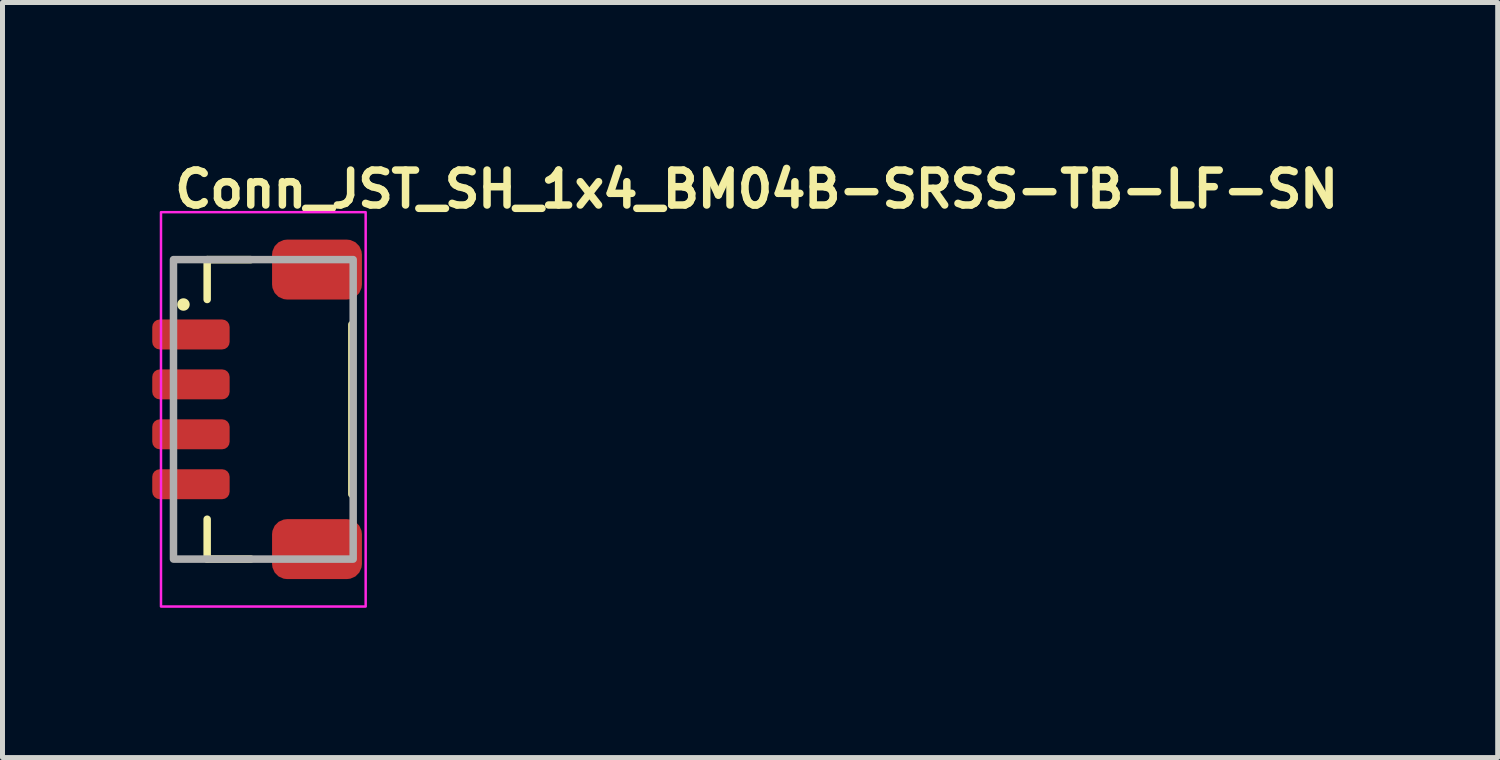
<source format=kicad_pcb>
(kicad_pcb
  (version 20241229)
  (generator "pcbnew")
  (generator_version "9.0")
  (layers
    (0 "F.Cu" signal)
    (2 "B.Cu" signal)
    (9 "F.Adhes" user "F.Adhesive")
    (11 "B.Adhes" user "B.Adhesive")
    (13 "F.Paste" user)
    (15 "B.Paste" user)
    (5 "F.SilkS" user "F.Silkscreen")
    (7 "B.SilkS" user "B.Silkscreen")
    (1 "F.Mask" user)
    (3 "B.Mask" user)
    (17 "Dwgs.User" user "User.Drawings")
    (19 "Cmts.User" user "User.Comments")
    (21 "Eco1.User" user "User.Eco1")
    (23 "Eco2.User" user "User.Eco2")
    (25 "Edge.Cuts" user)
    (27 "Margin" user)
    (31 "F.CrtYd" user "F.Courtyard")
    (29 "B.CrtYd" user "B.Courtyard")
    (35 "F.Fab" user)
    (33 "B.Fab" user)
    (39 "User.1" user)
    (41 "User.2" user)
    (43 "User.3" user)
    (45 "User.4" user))
  (footprint "Conn_JST_SH_1x4_BM04B-SRSS-TB-LF-SN"
    (layer "F.Cu")
    (at 2.225 5.15)
    (property "Reference" "Conn_JST_SH_1x4_BM04B-SRSS-TB-LF-SN" (at -1.85 -4 0) (layer "F.SilkS") (effects (font (size 0.7 0.7) (thickness 0.15)) (justify left bottom)))
    (attr smd)
    (fp_line (start -1.125 -2.999) (end -1.125 -2.201) (stroke (width 0.15) (type solid)) (layer "F.SilkS"))
    (fp_line (start -1.125 2.999) (end -1.125 2.201) (stroke (width 0.15) (type solid)) (layer "F.SilkS"))
    (fp_line (start -0.251 -2.999) (end -1.125 -2.999) (stroke (width 0.15) (type solid)) (layer "F.SilkS"))
    (fp_line (start -0.251 2.999) (end -1.125 2.999) (stroke (width 0.15) (type solid)) (layer "F.SilkS"))
    (fp_line (start 1.774 -1.7) (end 1.774 1.702) (stroke (width 0.15) (type solid)) (layer "F.SilkS"))
    (fp_circle (center -1.6 -2.1) (end -1.55 -2.1) (stroke (width 0.15) (type solid)) (fill yes) (layer "F.SilkS"))
    (fp_rect (start -2.05 -3.95) (end 2.05 3.95) (stroke (width 0.05) (type solid)) (fill no) (layer "F.CrtYd"))
    (fp_rect (start -1.8 -3) (end 1.8 3) (stroke (width 0.15) (type solid)) (fill no) (layer "F.Fab"))
    (fp_rect (start -1.8 -3) (end 1.8 3) (stroke (width 0.1) (type solid)) (fill no) (layer "User.5"))
    (fp_line (start -1.8 -1.425) (end -1.8 -1.575) (stroke (width 0.02) (type solid)) (layer "User.9"))
    (fp_line (start -1.8 -1.425) (end -1.8 -1.575) (stroke (width 0.02) (type solid)) (layer "User.9"))
    (fp_line (start -1.8 -0.425) (end -1.8 -0.575) (stroke (width 0.02) (type solid)) (layer "User.9"))
    (fp_line (start -1.8 -0.425) (end -1.8 -0.575) (stroke (width 0.02) (type solid)) (layer "User.9"))
    (fp_line (start -1.8 0.575) (end -1.8 0.425) (stroke (width 0.02) (type solid)) (layer "User.9"))
    (fp_line (start -1.8 0.575) (end -1.8 0.425) (stroke (width 0.02) (type solid)) (layer "User.9"))
    (fp_line (start -1.8 1.575) (end -1.8 1.425) (stroke (width 0.02) (type solid)) (layer "User.9"))
    (fp_line (start -1.8 1.575) (end -1.8 1.425) (stroke (width 0.02) (type solid)) (layer "User.9"))
    (fp_line (start -1.799 -1.575) (end -1.8 -1.575) (stroke (width 0.02) (type solid)) (layer "User.9"))
    (fp_line (start -1.799 -1.425) (end -1.8 -1.425) (stroke (width 0.02) (type solid)) (layer "User.9"))
    (fp_line (start -1.799 -0.575) (end -1.8 -0.575) (stroke (width 0.02) (type solid)) (layer "User.9"))
    (fp_line (start -1.799 -0.425) (end -1.8 -0.425) (stroke (width 0.02) (type solid)) (layer "User.9"))
    (fp_line (start -1.799 0.425) (end -1.8 0.425) (stroke (width 0.02) (type solid)) (layer "User.9"))
    (fp_line (start -1.799 0.575) (end -1.8 0.575) (stroke (width 0.02) (type solid)) (layer "User.9"))
    (fp_line (start -1.799 1.425) (end -1.8 1.425) (stroke (width 0.02) (type solid)) (layer "User.9"))
    (fp_line (start -1.799 1.575) (end -1.8 1.575) (stroke (width 0.02) (type solid)) (layer "User.9"))
    (fp_line (start -1.798 -1.575) (end -1.799 -1.575) (stroke (width 0.02) (type solid)) (layer "User.9"))
    (fp_line (start -1.798 -1.425) (end -1.799 -1.425) (stroke (width 0.02) (type solid)) (layer "User.9"))
    (fp_line (start -1.798 -0.575) (end -1.799 -0.575) (stroke (width 0.02) (type solid)) (layer "User.9"))
    (fp_line (start -1.798 -0.425) (end -1.799 -0.425) (stroke (width 0.02) (type solid)) (layer "User.9"))
    (fp_line (start -1.798 0.425) (end -1.799 0.425) (stroke (width 0.02) (type solid)) (layer "User.9"))
    (fp_line (start -1.798 0.575) (end -1.799 0.575) (stroke (width 0.02) (type solid)) (layer "User.9"))
    (fp_line (start -1.798 1.425) (end -1.799 1.425) (stroke (width 0.02) (type solid)) (layer "User.9"))
    (fp_line (start -1.798 1.575) (end -1.799 1.575) (stroke (width 0.02) (type solid)) (layer "User.9"))
    (fp_line (start -1.795 -1.575) (end -1.798 -1.575) (stroke (width 0.02) (type solid)) (layer "User.9"))
    (fp_line (start -1.795 -1.425) (end -1.798 -1.425) (stroke (width 0.02) (type solid)) (layer "User.9"))
    (fp_line (start -1.795 -0.575) (end -1.798 -0.575) (stroke (width 0.02) (type solid)) (layer "User.9"))
    (fp_line (start -1.795 -0.425) (end -1.798 -0.425) (stroke (width 0.02) (type solid)) (layer "User.9"))
    (fp_line (start -1.795 0.425) (end -1.798 0.425) (stroke (width 0.02) (type solid)) (layer "User.9"))
    (fp_line (start -1.795 0.575) (end -1.798 0.575) (stroke (width 0.02) (type solid)) (layer "User.9"))
    (fp_line (start -1.795 1.425) (end -1.798 1.425) (stroke (width 0.02) (type solid)) (layer "User.9"))
    (fp_line (start -1.795 1.575) (end -1.798 1.575) (stroke (width 0.02) (type solid)) (layer "User.9"))
    (fp_line (start -1.791 -1.575) (end -1.795 -1.575) (stroke (width 0.02) (type solid)) (layer "User.9"))
    (fp_line (start -1.791 -1.425) (end -1.795 -1.425) (stroke (width 0.02) (type solid)) (layer "User.9"))
    (fp_line (start -1.791 -0.575) (end -1.795 -0.575) (stroke (width 0.02) (type solid)) (layer "User.9"))
    (fp_line (start -1.791 -0.425) (end -1.795 -0.425) (stroke (width 0.02) (type solid)) (layer "User.9"))
    (fp_line (start -1.791 0.425) (end -1.795 0.425) (stroke (width 0.02) (type solid)) (layer "User.9"))
    (fp_line (start -1.791 0.575) (end -1.795 0.575) (stroke (width 0.02) (type solid)) (layer "User.9"))
    (fp_line (start -1.791 1.425) (end -1.795 1.425) (stroke (width 0.02) (type solid)) (layer "User.9"))
    (fp_line (start -1.791 1.575) (end -1.795 1.575) (stroke (width 0.02) (type solid)) (layer "User.9"))
    (fp_line (start -1.786 -1.575) (end -1.791 -1.575) (stroke (width 0.02) (type solid)) (layer "User.9"))
    (fp_line (start -1.786 -1.425) (end -1.791 -1.425) (stroke (width 0.02) (type solid)) (layer "User.9"))
    (fp_line (start -1.786 -0.575) (end -1.791 -0.575) (stroke (width 0.02) (type solid)) (layer "User.9"))
    (fp_line (start -1.786 -0.425) (end -1.791 -0.425) (stroke (width 0.02) (type solid)) (layer "User.9"))
    (fp_line (start -1.786 0.425) (end -1.791 0.425) (stroke (width 0.02) (type solid)) (layer "User.9"))
    (fp_line (start -1.786 0.575) (end -1.791 0.575) (stroke (width 0.02) (type solid)) (layer "User.9"))
    (fp_line (start -1.786 1.425) (end -1.791 1.425) (stroke (width 0.02) (type solid)) (layer "User.9"))
    (fp_line (start -1.786 1.575) (end -1.791 1.575) (stroke (width 0.02) (type solid)) (layer "User.9"))
    (fp_line (start -1.78 -1.575) (end -1.786 -1.575) (stroke (width 0.02) (type solid)) (layer "User.9"))
    (fp_line (start -1.78 -1.425) (end -1.786 -1.425) (stroke (width 0.02) (type solid)) (layer "User.9"))
    (fp_line (start -1.78 -0.575) (end -1.786 -0.575) (stroke (width 0.02) (type solid)) (layer "User.9"))
    (fp_line (start -1.78 -0.425) (end -1.786 -0.425) (stroke (width 0.02) (type solid)) (layer "User.9"))
    (fp_line (start -1.78 0.425) (end -1.786 0.425) (stroke (width 0.02) (type solid)) (layer "User.9"))
    (fp_line (start -1.78 0.575) (end -1.786 0.575) (stroke (width 0.02) (type solid)) (layer "User.9"))
    (fp_line (start -1.78 1.425) (end -1.786 1.425) (stroke (width 0.02) (type solid)) (layer "User.9"))
    (fp_line (start -1.78 1.575) (end -1.786 1.575) (stroke (width 0.02) (type solid)) (layer "User.9"))
    (fp_line (start -1.774 -1.575) (end -1.78 -1.575) (stroke (width 0.02) (type solid)) (layer "User.9"))
    (fp_line (start -1.774 -1.425) (end -1.78 -1.425) (stroke (width 0.02) (type solid)) (layer "User.9"))
    (fp_line (start -1.774 -0.575) (end -1.78 -0.575) (stroke (width 0.02) (type solid)) (layer "User.9"))
    (fp_line (start -1.774 -0.425) (end -1.78 -0.425) (stroke (width 0.02) (type solid)) (layer "User.9"))
    (fp_line (start -1.774 0.425) (end -1.78 0.425) (stroke (width 0.02) (type solid)) (layer "User.9"))
    (fp_line (start -1.774 0.575) (end -1.78 0.575) (stroke (width 0.02) (type solid)) (layer "User.9"))
    (fp_line (start -1.774 1.425) (end -1.78 1.425) (stroke (width 0.02) (type solid)) (layer "User.9"))
    (fp_line (start -1.774 1.575) (end -1.78 1.575) (stroke (width 0.02) (type solid)) (layer "User.9"))
    (fp_line (start -1.766 -1.575) (end -1.774 -1.575) (stroke (width 0.02) (type solid)) (layer "User.9"))
    (fp_line (start -1.766 -1.425) (end -1.774 -1.425) (stroke (width 0.02) (type solid)) (layer "User.9"))
    (fp_line (start -1.766 -0.575) (end -1.774 -0.575) (stroke (width 0.02) (type solid)) (layer "User.9"))
    (fp_line (start -1.766 -0.425) (end -1.774 -0.425) (stroke (width 0.02) (type solid)) (layer "User.9"))
    (fp_line (start -1.766 0.425) (end -1.774 0.425) (stroke (width 0.02) (type solid)) (layer "User.9"))
    (fp_line (start -1.766 0.575) (end -1.774 0.575) (stroke (width 0.02) (type solid)) (layer "User.9"))
    (fp_line (start -1.766 1.425) (end -1.774 1.425) (stroke (width 0.02) (type solid)) (layer "User.9"))
    (fp_line (start -1.766 1.575) (end -1.774 1.575) (stroke (width 0.02) (type solid)) (layer "User.9"))
    (fp_line (start -1.758 -1.575) (end -1.766 -1.575) (stroke (width 0.02) (type solid)) (layer "User.9"))
    (fp_line (start -1.758 -1.425) (end -1.766 -1.425) (stroke (width 0.02) (type solid)) (layer "User.9"))
    (fp_line (start -1.758 -0.575) (end -1.766 -0.575) (stroke (width 0.02) (type solid)) (layer "User.9"))
    (fp_line (start -1.758 -0.425) (end -1.766 -0.425) (stroke (width 0.02) (type solid)) (layer "User.9"))
    (fp_line (start -1.758 0.425) (end -1.766 0.425) (stroke (width 0.02) (type solid)) (layer "User.9"))
    (fp_line (start -1.758 0.575) (end -1.766 0.575) (stroke (width 0.02) (type solid)) (layer "User.9"))
    (fp_line (start -1.758 1.425) (end -1.766 1.425) (stroke (width 0.02) (type solid)) (layer "User.9"))
    (fp_line (start -1.758 1.575) (end -1.766 1.575) (stroke (width 0.02) (type solid)) (layer "User.9"))
    (fp_line (start -1.749 -1.575) (end -1.758 -1.575) (stroke (width 0.02) (type solid)) (layer "User.9"))
    (fp_line (start -1.749 -1.425) (end -1.758 -1.425) (stroke (width 0.02) (type solid)) (layer "User.9"))
    (fp_line (start -1.749 -0.575) (end -1.758 -0.575) (stroke (width 0.02) (type solid)) (layer "User.9"))
    (fp_line (start -1.749 -0.425) (end -1.758 -0.425) (stroke (width 0.02) (type solid)) (layer "User.9"))
    (fp_line (start -1.749 0.425) (end -1.758 0.425) (stroke (width 0.02) (type solid)) (layer "User.9"))
    (fp_line (start -1.749 0.575) (end -1.758 0.575) (stroke (width 0.02) (type solid)) (layer "User.9"))
    (fp_line (start -1.749 1.425) (end -1.758 1.425) (stroke (width 0.02) (type solid)) (layer "User.9"))
    (fp_line (start -1.749 1.575) (end -1.758 1.575) (stroke (width 0.02) (type solid)) (layer "User.9"))
    (fp_line (start -1.74 -1.575) (end -1.749 -1.575) (stroke (width 0.02) (type solid)) (layer "User.9"))
    (fp_line (start -1.74 -1.425) (end -1.749 -1.425) (stroke (width 0.02) (type solid)) (layer "User.9"))
    (fp_line (start -1.74 -0.575) (end -1.749 -0.575) (stroke (width 0.02) (type solid)) (layer "User.9"))
    (fp_line (start -1.74 -0.425) (end -1.749 -0.425) (stroke (width 0.02) (type solid)) (layer "User.9"))
    (fp_line (start -1.74 0.425) (end -1.749 0.425) (stroke (width 0.02) (type solid)) (layer "User.9"))
    (fp_line (start -1.74 0.575) (end -1.749 0.575) (stroke (width 0.02) (type solid)) (layer "User.9"))
    (fp_line (start -1.74 1.425) (end -1.749 1.425) (stroke (width 0.02) (type solid)) (layer "User.9"))
    (fp_line (start -1.74 1.575) (end -1.749 1.575) (stroke (width 0.02) (type solid)) (layer "User.9"))
    (fp_line (start -1.73 -1.575) (end -1.74 -1.575) (stroke (width 0.02) (type solid)) (layer "User.9"))
    (fp_line (start -1.73 -1.425) (end -1.74 -1.425) (stroke (width 0.02) (type solid)) (layer "User.9"))
    (fp_line (start -1.73 -0.575) (end -1.74 -0.575) (stroke (width 0.02) (type solid)) (layer "User.9"))
    (fp_line (start -1.73 -0.425) (end -1.74 -0.425) (stroke (width 0.02) (type solid)) (layer "User.9"))
    (fp_line (start -1.73 0.425) (end -1.74 0.425) (stroke (width 0.02) (type solid)) (layer "User.9"))
    (fp_line (start -1.73 0.575) (end -1.74 0.575) (stroke (width 0.02) (type solid)) (layer "User.9"))
    (fp_line (start -1.73 1.425) (end -1.74 1.425) (stroke (width 0.02) (type solid)) (layer "User.9"))
    (fp_line (start -1.73 1.575) (end -1.74 1.575) (stroke (width 0.02) (type solid)) (layer "User.9"))
    (fp_line (start -1.72 -1.575) (end -1.73 -1.575) (stroke (width 0.02) (type solid)) (layer "User.9"))
    (fp_line (start -1.72 -1.425) (end -1.73 -1.425) (stroke (width 0.02) (type solid)) (layer "User.9"))
    (fp_line (start -1.72 -0.575) (end -1.73 -0.575) (stroke (width 0.02) (type solid)) (layer "User.9"))
    (fp_line (start -1.72 -0.425) (end -1.73 -0.425) (stroke (width 0.02) (type solid)) (layer "User.9"))
    (fp_line (start -1.72 0.425) (end -1.73 0.425) (stroke (width 0.02) (type solid)) (layer "User.9"))
    (fp_line (start -1.72 0.575) (end -1.73 0.575) (stroke (width 0.02) (type solid)) (layer "User.9"))
    (fp_line (start -1.72 1.425) (end -1.73 1.425) (stroke (width 0.02) (type solid)) (layer "User.9"))
    (fp_line (start -1.72 1.575) (end -1.73 1.575) (stroke (width 0.02) (type solid)) (layer "User.9"))
    (fp_line (start -1.71 -1.575) (end -1.72 -1.575) (stroke (width 0.02) (type solid)) (layer "User.9"))
    (fp_line (start -1.71 -1.425) (end -1.72 -1.425) (stroke (width 0.02) (type solid)) (layer "User.9"))
    (fp_line (start -1.71 -1.425) (end -1.71 -1.575) (stroke (width 0.02) (type solid)) (layer "User.9"))
    (fp_line (start -1.71 -0.575) (end -1.72 -0.575) (stroke (width 0.02) (type solid)) (layer "User.9"))
    (fp_line (start -1.71 -0.425) (end -1.72 -0.425) (stroke (width 0.02) (type solid)) (layer "User.9"))
    (fp_line (start -1.71 -0.425) (end -1.71 -0.575) (stroke (width 0.02) (type solid)) (layer "User.9"))
    (fp_line (start -1.71 0.425) (end -1.72 0.425) (stroke (width 0.02) (type solid)) (layer "User.9"))
    (fp_line (start -1.71 0.575) (end -1.72 0.575) (stroke (width 0.02) (type solid)) (layer "User.9"))
    (fp_line (start -1.71 0.575) (end -1.71 0.425) (stroke (width 0.02) (type solid)) (layer "User.9"))
    (fp_line (start -1.71 1.425) (end -1.72 1.425) (stroke (width 0.02) (type solid)) (layer "User.9"))
    (fp_line (start -1.71 1.575) (end -1.72 1.575) (stroke (width 0.02) (type solid)) (layer "User.9"))
    (fp_line (start -1.71 1.575) (end -1.71 1.425) (stroke (width 0.02) (type solid)) (layer "User.9"))
    (fp_line (start -1.293 -1.575) (end -1.71 -1.575) (stroke (width 0.02) (type solid)) (layer "User.9"))
    (fp_line (start -1.293 -1.425) (end -1.71 -1.425) (stroke (width 0.02) (type solid)) (layer "User.9"))
    (fp_line (start -1.293 -1.425) (end -1.293 -1.575) (stroke (width 0.02) (type solid)) (layer "User.9"))
    (fp_line (start -1.293 -0.575) (end -1.71 -0.575) (stroke (width 0.02) (type solid)) (layer "User.9"))
    (fp_line (start -1.293 -0.425) (end -1.71 -0.425) (stroke (width 0.02) (type solid)) (layer "User.9"))
    (fp_line (start -1.293 -0.425) (end -1.293 -0.575) (stroke (width 0.02) (type solid)) (layer "User.9"))
    (fp_line (start -1.293 0.425) (end -1.71 0.425) (stroke (width 0.02) (type solid)) (layer "User.9"))
    (fp_line (start -1.293 0.575) (end -1.71 0.575) (stroke (width 0.02) (type solid)) (layer "User.9"))
    (fp_line (start -1.293 0.575) (end -1.293 0.425) (stroke (width 0.02) (type solid)) (layer "User.9"))
    (fp_line (start -1.293 1.425) (end -1.71 1.425) (stroke (width 0.02) (type solid)) (layer "User.9"))
    (fp_line (start -1.293 1.575) (end -1.71 1.575) (stroke (width 0.02) (type solid)) (layer "User.9"))
    (fp_line (start -1.293 1.575) (end -1.293 1.425) (stroke (width 0.02) (type solid)) (layer "User.9"))
    (fp_line (start -1.1 -1.575) (end -1.293 -1.575) (stroke (width 0.02) (type solid)) (layer "User.9"))
    (fp_line (start -1.1 -1.425) (end -1.293 -1.425) (stroke (width 0.02) (type solid)) (layer "User.9"))
    (fp_line (start -1.1 -0.575) (end -1.293 -0.575) (stroke (width 0.02) (type solid)) (layer "User.9"))
    (fp_line (start -1.1 -0.425) (end -1.293 -0.425) (stroke (width 0.02) (type solid)) (layer "User.9"))
    (fp_line (start -1.1 0.425) (end -1.293 0.425) (stroke (width 0.02) (type solid)) (layer "User.9"))
    (fp_line (start -1.1 0.575) (end -1.293 0.575) (stroke (width 0.02) (type solid)) (layer "User.9"))
    (fp_line (start -1.1 1.425) (end -1.293 1.425) (stroke (width 0.02) (type solid)) (layer "User.9"))
    (fp_line (start -1.1 1.575) (end -1.293 1.575) (stroke (width 0.02) (type solid)) (layer "User.9"))
    (fp_line (start -1.1 2.2) (end -1.1 -2.2) (stroke (width 0.02) (type solid)) (layer "User.9"))
    (fp_line (start -0.98 -3) (end -0.6 -3) (stroke (width 0.02) (type solid)) (layer "User.9"))
    (fp_line (start -0.98 -2.5) (end -0.98 -3) (stroke (width 0.02) (type solid)) (layer "User.9"))
    (fp_line (start -0.98 -2.2) (end -1.1 -2.2) (stroke (width 0.02) (type solid)) (layer "User.9"))
    (fp_line (start -0.98 -2.2) (end -0.98 -2.5) (stroke (width 0.02) (type solid)) (layer "User.9"))
    (fp_line (start -0.98 2.2) (end -1.1 2.2) (stroke (width 0.02) (type solid)) (layer "User.9"))
    (fp_line (start -0.98 2.2) (end -0.98 2.5) (stroke (width 0.02) (type solid)) (layer "User.9"))
    (fp_line (start -0.98 2.5) (end -0.98 3) (stroke (width 0.02) (type solid)) (layer "User.9"))
    (fp_line (start -0.98 3) (end -0.6 3) (stroke (width 0.02) (type solid)) (layer "User.9"))
    (fp_line (start -0.855 -2.75) (end -0.855 -2.5) (stroke (width 0.02) (type solid)) (layer "User.9"))
    (fp_line (start -0.855 2.5) (end -0.855 2.75) (stroke (width 0.02) (type solid)) (layer "User.9"))
    (fp_line (start -0.855 2.75) (end -0.6 2.75) (stroke (width 0.02) (type solid)) (layer "User.9"))
    (fp_line (start -0.83 -2.35) (end 0.35 -2.35) (stroke (width 0.02) (type solid)) (layer "User.9"))
    (fp_line (start -0.83 2.35) (end -0.83 -2.35) (stroke (width 0.02) (type solid)) (layer "User.9"))
    (fp_line (start -0.73 -2.25) (end -0.83 -2.35) (stroke (width 0.02) (type solid)) (layer "User.9"))
    (fp_line (start -0.73 -2.25) (end -0.73 2.25) (stroke (width 0.02) (type solid)) (layer "User.9"))
    (fp_line (start -0.73 2.25) (end -0.83 2.35) (stroke (width 0.02) (type solid)) (layer "User.9"))
    (fp_line (start -0.73 2.25) (end 0.45 2.25) (stroke (width 0.02) (type solid)) (layer "User.9"))
    (fp_line (start -0.6 -3) (end -0.5 -3) (stroke (width 0.02) (type solid)) (layer "User.9"))
    (fp_line (start -0.6 -2.75) (end -0.855 -2.75) (stroke (width 0.02) (type solid)) (layer "User.9"))
    (fp_line (start -0.6 -2.5) (end -0.6 -3) (stroke (width 0.02) (type solid)) (layer "User.9"))
    (fp_line (start -0.6 2.5) (end -0.6 3) (stroke (width 0.02) (type solid)) (layer "User.9"))
    (fp_line (start -0.6 3) (end -0.5 3) (stroke (width 0.02) (type solid)) (layer "User.9"))
    (fp_line (start -0.5 -3) (end 0.1 -3) (stroke (width 0.02) (type solid)) (layer "User.9"))
    (fp_line (start -0.5 -2.5) (end -0.5 -3) (stroke (width 0.02) (type solid)) (layer "User.9"))
    (fp_line (start -0.5 2.5) (end -0.5 3) (stroke (width 0.02) (type solid)) (layer "User.9"))
    (fp_line (start -0.5 3) (end 0.1 3) (stroke (width 0.02) (type solid)) (layer "User.9"))
    (fp_line (start -0.33 -1.575) (end -0.33 -1.425) (stroke (width 0.02) (type solid)) (layer "User.9"))
    (fp_line (start -0.33 -1.575) (end -0.33 -1.425) (stroke (width 0.02) (type solid)) (layer "User.9"))
    (fp_line (start -0.33 -0.575) (end -0.33 -0.425) (stroke (width 0.02) (type solid)) (layer "User.9"))
    (fp_line (start -0.33 -0.575) (end -0.33 -0.425) (stroke (width 0.02) (type solid)) (layer "User.9"))
    (fp_line (start -0.33 0.425) (end -0.33 0.575) (stroke (width 0.02) (type solid)) (layer "User.9"))
    (fp_line (start -0.33 0.425) (end -0.33 0.575) (stroke (width 0.02) (type solid)) (layer "User.9"))
    (fp_line (start -0.33 1.425) (end -0.33 1.575) (stroke (width 0.02) (type solid)) (layer "User.9"))
    (fp_line (start -0.33 1.425) (end -0.33 1.575) (stroke (width 0.02) (type solid)) (layer "User.9"))
    (fp_line (start -0.2 -2.75) (end -0.2 -2.5) (stroke (width 0.02) (type solid)) (layer "User.9"))
    (fp_line (start -0.2 2.5) (end -0.2 2.75) (stroke (width 0.02) (type solid)) (layer "User.9"))
    (fp_line (start -0.2 2.75) (end 0.1 2.75) (stroke (width 0.02) (type solid)) (layer "User.9"))
    (fp_line (start -0.03 -1.575) (end -0.33 -1.575) (stroke (width 0.02) (type solid)) (layer "User.9"))
    (fp_line (start -0.03 -1.575) (end -0.33 -1.575) (stroke (width 0.02) (type solid)) (layer "User.9"))
    (fp_line (start -0.03 -1.575) (end -0.03 -1.425) (stroke (width 0.02) (type solid)) (layer "User.9"))
    (fp_line (start -0.03 -1.575) (end -0.03 -1.425) (stroke (width 0.02) (type solid)) (layer "User.9"))
    (fp_line (start -0.03 -1.425) (end -0.33 -1.425) (stroke (width 0.02) (type solid)) (layer "User.9"))
    (fp_line (start -0.03 -1.425) (end -0.33 -1.425) (stroke (width 0.02) (type solid)) (layer "User.9"))
    (fp_line (start -0.03 -0.575) (end -0.33 -0.575) (stroke (width 0.02) (type solid)) (layer "User.9"))
    (fp_line (start -0.03 -0.575) (end -0.33 -0.575) (stroke (width 0.02) (type solid)) (layer "User.9"))
    (fp_line (start -0.03 -0.575) (end -0.03 -0.425) (stroke (width 0.02) (type solid)) (layer "User.9"))
    (fp_line (start -0.03 -0.575) (end -0.03 -0.425) (stroke (width 0.02) (type solid)) (layer "User.9"))
    (fp_line (start -0.03 -0.425) (end -0.33 -0.425) (stroke (width 0.02) (type solid)) (layer "User.9"))
    (fp_line (start -0.03 -0.425) (end -0.33 -0.425) (stroke (width 0.02) (type solid)) (layer "User.9"))
    (fp_line (start -0.03 0.425) (end -0.33 0.425) (stroke (width 0.02) (type solid)) (layer "User.9"))
    (fp_line (start -0.03 0.425) (end -0.33 0.425) (stroke (width 0.02) (type solid)) (layer "User.9"))
    (fp_line (start -0.03 0.425) (end -0.03 0.575) (stroke (width 0.02) (type solid)) (layer "User.9"))
    (fp_line (start -0.03 0.425) (end -0.03 0.575) (stroke (width 0.02) (type solid)) (layer "User.9"))
    (fp_line (start -0.03 0.575) (end -0.33 0.575) (stroke (width 0.02) (type solid)) (layer "User.9"))
    (fp_line (start -0.03 0.575) (end -0.33 0.575) (stroke (width 0.02) (type solid)) (layer "User.9"))
    (fp_line (start -0.03 1.425) (end -0.33 1.425) (stroke (width 0.02) (type solid)) (layer "User.9"))
    (fp_line (start -0.03 1.425) (end -0.33 1.425) (stroke (width 0.02) (type solid)) (layer "User.9"))
    (fp_line (start -0.03 1.425) (end -0.03 1.575) (stroke (width 0.02) (type solid)) (layer "User.9"))
    (fp_line (start -0.03 1.425) (end -0.03 1.575) (stroke (width 0.02) (type solid)) (layer "User.9"))
    (fp_line (start -0.03 1.575) (end -0.33 1.575) (stroke (width 0.02) (type solid)) (layer "User.9"))
    (fp_line (start -0.03 1.575) (end -0.33 1.575) (stroke (width 0.02) (type solid)) (layer "User.9"))
    (fp_line (start 0.1 -3) (end 0.2 -3) (stroke (width 0.02) (type solid)) (layer "User.9"))
    (fp_line (start 0.1 -2.75) (end -0.2 -2.75) (stroke (width 0.02) (type solid)) (layer "User.9"))
    (fp_line (start 0.1 -2.5) (end 0.1 -3) (stroke (width 0.02) (type solid)) (layer "User.9"))
    (fp_line (start 0.1 2.5) (end 0.1 3) (stroke (width 0.02) (type solid)) (layer "User.9"))
    (fp_line (start 0.1 3) (end 0.2 3) (stroke (width 0.02) (type solid)) (layer "User.9"))
    (fp_line (start 0.2 -2.5) (end -0.98 -2.5) (stroke (width 0.02) (type solid)) (layer "User.9"))
    (fp_line (start 0.2 -2.5) (end 0.2 -3) (stroke (width 0.02) (type solid)) (layer "User.9"))
    (fp_line (start 0.2 2.5) (end -0.98 2.5) (stroke (width 0.02) (type solid)) (layer "User.9"))
    (fp_line (start 0.2 2.5) (end 0.2 3) (stroke (width 0.02) (type solid)) (layer "User.9"))
    (fp_line (start 0.35 -2.7) (end 0.45 -2.6) (stroke (width 0.02) (type solid)) (layer "User.9"))
    (fp_line (start 0.35 -2.7) (end 1.15 -2.7) (stroke (width 0.02) (type solid)) (layer "User.9"))
    (fp_line (start 0.35 -2.35) (end 0.35 -2.7) (stroke (width 0.02) (type solid)) (layer "User.9"))
    (fp_line (start 0.35 -2.35) (end 0.45 -2.25) (stroke (width 0.02) (type solid)) (layer "User.9"))
    (fp_line (start 0.35 2.35) (end -0.83 2.35) (stroke (width 0.02) (type solid)) (layer "User.9"))
    (fp_line (start 0.35 2.7) (end 0.35 2.35) (stroke (width 0.02) (type solid)) (layer "User.9"))
    (fp_line (start 0.45 -2.6) (end 0.45 -2.25) (stroke (width 0.02) (type solid)) (layer "User.9"))
    (fp_line (start 0.45 -2.25) (end -0.73 -2.25) (stroke (width 0.02) (type solid)) (layer "User.9"))
    (fp_line (start 0.45 -2.25) (end 1.05 -2.25) (stroke (width 0.02) (type solid)) (layer "User.9"))
    (fp_line (start 0.45 2.25) (end 0.35 2.35) (stroke (width 0.02) (type solid)) (layer "User.9"))
    (fp_line (start 0.45 2.25) (end 0.45 2.6) (stroke (width 0.02) (type solid)) (layer "User.9"))
    (fp_line (start 0.45 2.6) (end 0.35 2.7) (stroke (width 0.02) (type solid)) (layer "User.9"))
    (fp_line (start 0.45 2.6) (end 1.05 2.6) (stroke (width 0.02) (type solid)) (layer "User.9"))
    (fp_line (start 0.77 -1.575) (end 0.806 -1.539) (stroke (width 0.02) (type solid)) (layer "User.9"))
    (fp_line (start 0.77 -1.575) (end 1.07 -1.575) (stroke (width 0.02) (type solid)) (layer "User.9"))
    (fp_line (start 0.77 -1.425) (end 0.77 -1.575) (stroke (width 0.02) (type solid)) (layer "User.9"))
    (fp_line (start 0.77 -0.575) (end 0.806 -0.539) (stroke (width 0.02) (type solid)) (layer "User.9"))
    (fp_line (start 0.77 -0.575) (end 1.07 -0.575) (stroke (width 0.02) (type solid)) (layer "User.9"))
    (fp_line (start 0.77 -0.425) (end 0.77 -0.575) (stroke (width 0.02) (type solid)) (layer "User.9"))
    (fp_line (start 0.77 0.425) (end 0.806 0.461) (stroke (width 0.02) (type solid)) (layer "User.9"))
    (fp_line (start 0.77 0.425) (end 1.07 0.425) (stroke (width 0.02) (type solid)) (layer "User.9"))
    (fp_line (start 0.77 0.575) (end 0.77 0.425) (stroke (width 0.02) (type solid)) (layer "User.9"))
    (fp_line (start 0.77 1.425) (end 0.806 1.461) (stroke (width 0.02) (type solid)) (layer "User.9"))
    (fp_line (start 0.77 1.425) (end 1.07 1.425) (stroke (width 0.02) (type solid)) (layer "User.9"))
    (fp_line (start 0.77 1.575) (end 0.77 1.425) (stroke (width 0.02) (type solid)) (layer "User.9"))
    (fp_line (start 0.806 -1.539) (end 0.806 -1.461) (stroke (width 0.02) (type solid)) (layer "User.9"))
    (fp_line (start 0.806 -1.461) (end 0.77 -1.425) (stroke (width 0.02) (type solid)) (layer "User.9"))
    (fp_line (start 0.806 -1.461) (end 1.034 -1.461) (stroke (width 0.02) (type solid)) (layer "User.9"))
    (fp_line (start 0.806 -0.539) (end 0.806 -0.461) (stroke (width 0.02) (type solid)) (layer "User.9"))
    (fp_line (start 0.806 -0.461) (end 0.77 -0.425) (stroke (width 0.02) (type solid)) (layer "User.9"))
    (fp_line (start 0.806 -0.461) (end 1.034 -0.461) (stroke (width 0.02) (type solid)) (layer "User.9"))
    (fp_line (start 0.806 0.461) (end 0.806 0.539) (stroke (width 0.02) (type solid)) (layer "User.9"))
    (fp_line (start 0.806 0.539) (end 0.77 0.575) (stroke (width 0.02) (type solid)) (layer "User.9"))
    (fp_line (start 0.806 0.539) (end 1.034 0.539) (stroke (width 0.02) (type solid)) (layer "User.9"))
    (fp_line (start 0.806 1.461) (end 0.806 1.539) (stroke (width 0.02) (type solid)) (layer "User.9"))
    (fp_line (start 0.806 1.539) (end 0.77 1.575) (stroke (width 0.02) (type solid)) (layer "User.9"))
    (fp_line (start 0.806 1.539) (end 1.034 1.539) (stroke (width 0.02) (type solid)) (layer "User.9"))
    (fp_line (start 1.034 -1.539) (end 0.806 -1.539) (stroke (width 0.02) (type solid)) (layer "User.9"))
    (fp_line (start 1.034 -1.461) (end 1.034 -1.539) (stroke (width 0.02) (type solid)) (layer "User.9"))
    (fp_line (start 1.034 -1.461) (end 1.07 -1.425) (stroke (width 0.02) (type solid)) (layer "User.9"))
    (fp_line (start 1.034 -0.539) (end 0.806 -0.539) (stroke (width 0.02) (type solid)) (layer "User.9"))
    (fp_line (start 1.034 -0.461) (end 1.034 -0.539) (stroke (width 0.02) (type solid)) (layer "User.9"))
    (fp_line (start 1.034 -0.461) (end 1.07 -0.425) (stroke (width 0.02) (type solid)) (layer "User.9"))
    (fp_line (start 1.034 0.461) (end 0.806 0.461) (stroke (width 0.02) (type solid)) (layer "User.9"))
    (fp_line (start 1.034 0.539) (end 1.034 0.461) (stroke (width 0.02) (type solid)) (layer "User.9"))
    (fp_line (start 1.034 0.539) (end 1.07 0.575) (stroke (width 0.02) (type solid)) (layer "User.9"))
    (fp_line (start 1.034 1.461) (end 0.806 1.461) (stroke (width 0.02) (type solid)) (layer "User.9"))
    (fp_line (start 1.034 1.539) (end 1.034 1.461) (stroke (width 0.02) (type solid)) (layer "User.9"))
    (fp_line (start 1.034 1.539) (end 1.07 1.575) (stroke (width 0.02) (type solid)) (layer "User.9"))
    (fp_line (start 1.05 -2.6) (end 0.45 -2.6) (stroke (width 0.02) (type solid)) (layer "User.9"))
    (fp_line (start 1.05 -2.25) (end 1.05 -2.6) (stroke (width 0.02) (type solid)) (layer "User.9"))
    (fp_line (start 1.05 2.25) (end 0.45 2.25) (stroke (width 0.02) (type solid)) (layer "User.9"))
    (fp_line (start 1.05 2.25) (end 1.15 2.35) (stroke (width 0.02) (type solid)) (layer "User.9"))
    (fp_line (start 1.05 2.25) (end 1.55 2.25) (stroke (width 0.02) (type solid)) (layer "User.9"))
    (fp_line (start 1.05 2.6) (end 1.05 2.25) (stroke (width 0.02) (type solid)) (layer "User.9"))
    (fp_line (start 1.05 2.6) (end 1.15 2.7) (stroke (width 0.02) (type solid)) (layer "User.9"))
    (fp_line (start 1.07 -1.575) (end 1.034 -1.539) (stroke (width 0.02) (type solid)) (layer "User.9"))
    (fp_line (start 1.07 -1.575) (end 1.07 -1.425) (stroke (width 0.02) (type solid)) (layer "User.9"))
    (fp_line (start 1.07 -1.425) (end 0.77 -1.425) (stroke (width 0.02) (type solid)) (layer "User.9"))
    (fp_line (start 1.07 -0.575) (end 1.034 -0.539) (stroke (width 0.02) (type solid)) (layer "User.9"))
    (fp_line (start 1.07 -0.575) (end 1.07 -0.425) (stroke (width 0.02) (type solid)) (layer "User.9"))
    (fp_line (start 1.07 -0.425) (end 0.77 -0.425) (stroke (width 0.02) (type solid)) (layer "User.9"))
    (fp_line (start 1.07 0.425) (end 1.034 0.461) (stroke (width 0.02) (type solid)) (layer "User.9"))
    (fp_line (start 1.07 0.425) (end 1.07 0.575) (stroke (width 0.02) (type solid)) (layer "User.9"))
    (fp_line (start 1.07 0.575) (end 0.77 0.575) (stroke (width 0.02) (type solid)) (layer "User.9"))
    (fp_line (start 1.07 1.425) (end 1.034 1.461) (stroke (width 0.02) (type solid)) (layer "User.9"))
    (fp_line (start 1.07 1.425) (end 1.07 1.575) (stroke (width 0.02) (type solid)) (layer "User.9"))
    (fp_line (start 1.07 1.575) (end 0.77 1.575) (stroke (width 0.02) (type solid)) (layer "User.9"))
    (fp_line (start 1.15 -2.7) (end 1.05 -2.6) (stroke (width 0.02) (type solid)) (layer "User.9"))
    (fp_line (start 1.15 -2.7) (end 1.15 -2.35) (stroke (width 0.02) (type solid)) (layer "User.9"))
    (fp_line (start 1.15 -2.35) (end 1.05 -2.25) (stroke (width 0.02) (type solid)) (layer "User.9"))
    (fp_line (start 1.15 -2.35) (end 1.65 -2.35) (stroke (width 0.02) (type solid)) (layer "User.9"))
    (fp_line (start 1.15 2.35) (end 1.15 2.7) (stroke (width 0.02) (type solid)) (layer "User.9"))
    (fp_line (start 1.15 2.7) (end 0.35 2.7) (stroke (width 0.02) (type solid)) (layer "User.9"))
    (fp_line (start 1.55 -2.25) (end 1.05 -2.25) (stroke (width 0.02) (type solid)) (layer "User.9"))
    (fp_line (start 1.55 2.25) (end 1.55 -2.25) (stroke (width 0.02) (type solid)) (layer "User.9"))
    (fp_line (start 1.6 -3) (end 0.2 -3) (stroke (width 0.02) (type solid)) (layer "User.9"))
    (fp_line (start 1.6 -2.75) (end 1.6 -3) (stroke (width 0.02) (type solid)) (layer "User.9"))
    (fp_line (start 1.6 2.75) (end 1.6 3) (stroke (width 0.02) (type solid)) (layer "User.9"))
    (fp_line (start 1.6 3) (end 0.2 3) (stroke (width 0.02) (type solid)) (layer "User.9"))
    (fp_line (start 1.65 -2.35) (end 1.55 -2.25) (stroke (width 0.02) (type solid)) (layer "User.9"))
    (fp_line (start 1.65 -2.35) (end 1.65 2.35) (stroke (width 0.02) (type solid)) (layer "User.9"))
    (fp_line (start 1.65 2.35) (end 1.15 2.35) (stroke (width 0.02) (type solid)) (layer "User.9"))
    (fp_line (start 1.65 2.35) (end 1.55 2.25) (stroke (width 0.02) (type solid)) (layer "User.9"))
    (fp_line (start 1.8 -2.75) (end 1.6 -2.75) (stroke (width 0.02) (type solid)) (layer "User.9"))
    (fp_line (start 1.8 2.75) (end 1.6 2.75) (stroke (width 0.02) (type solid)) (layer "User.9"))
    (fp_line (start 1.8 2.75) (end 1.8 -2.75) (stroke (width 0.02) (type solid)) (layer "User.9"))
    (pad "1" smd roundrect (at -1.45 -1.5 270) (size 0.6 1.55) (layers "F.Cu" "F.Mask" "F.Paste") (roundrect_rratio 0.25))
    (pad "2" smd roundrect (at -1.45 -0.5 270) (size 0.6 1.55) (layers "F.Cu" "F.Mask" "F.Paste") (roundrect_rratio 0.25))
    (pad "3" smd roundrect (at -1.45 0.5 270) (size 0.6 1.55) (layers "F.Cu" "F.Mask" "F.Paste") (roundrect_rratio 0.25))
    (pad "4" smd roundrect (at -1.45 1.5 270) (size 0.6 1.55) (layers "F.Cu" "F.Mask" "F.Paste") (roundrect_rratio 0.25))
    (pad "MP" smd roundrect (at 1.075 -2.8 270) (size 1.2 1.8) (layers "F.Cu" "F.Mask" "F.Paste") (roundrect_rratio 0.25))
    (pad "MP" smd roundrect (at 1.075 2.8 270) (size 1.2 1.8) (layers "F.Cu" "F.Mask" "F.Paste") (roundrect_rratio 0.25)))
  (gr_rect
    (start -3 -3)
    (end 26.952 12.125)
    (stroke (width 0.1) (type default))
    (fill no)
    (layer "Edge.Cuts")))
</source>
